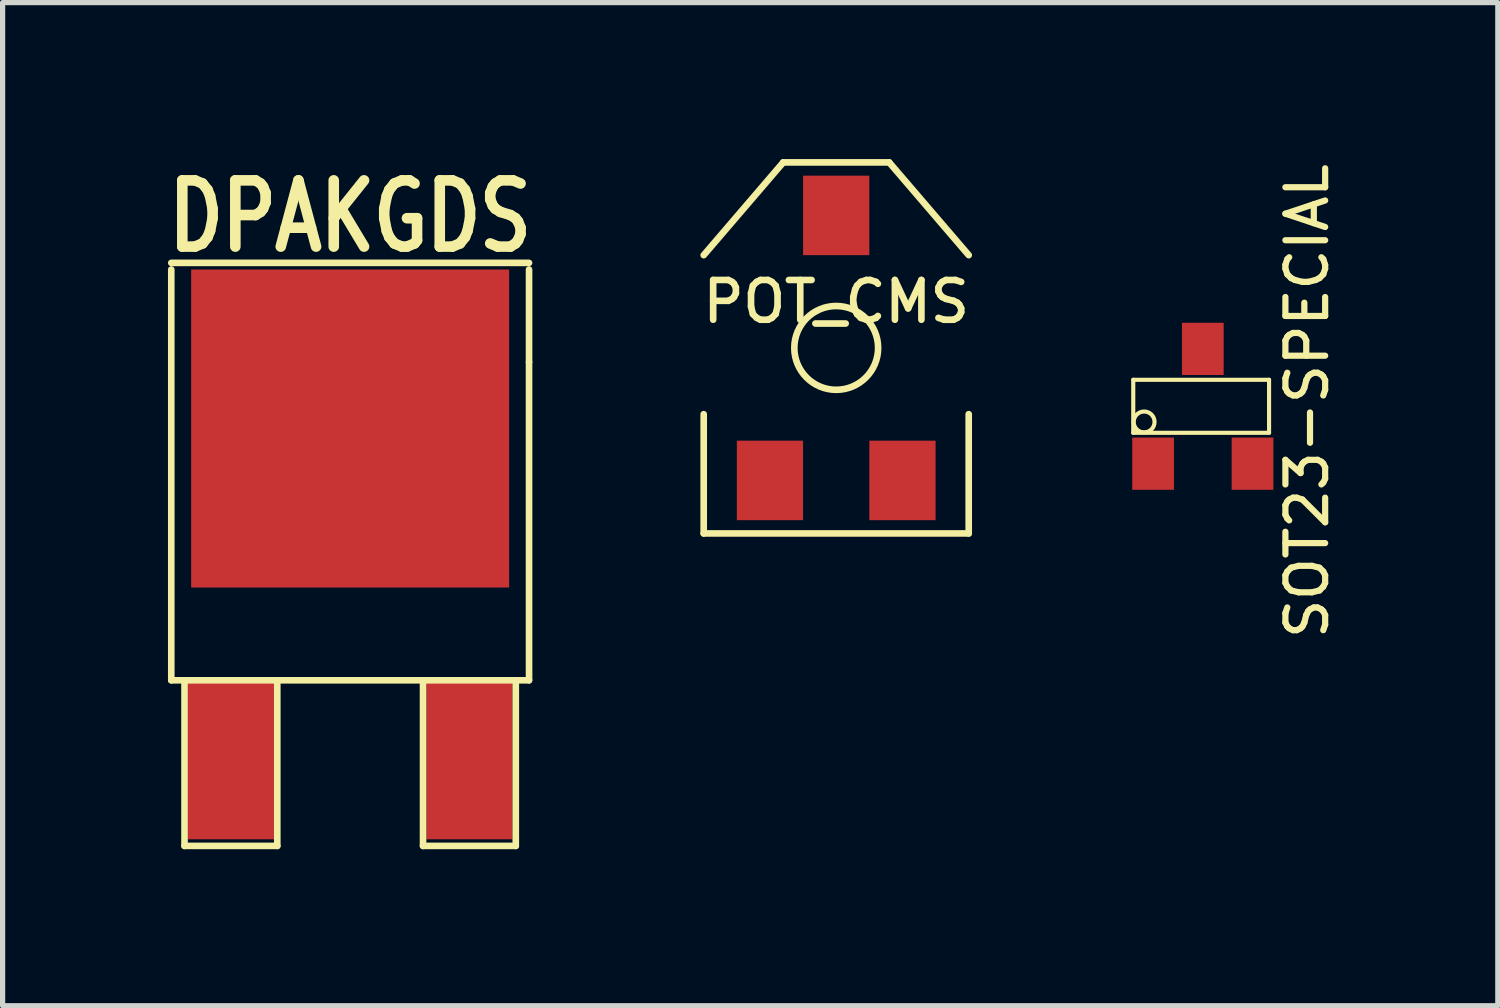
<source format=kicad_pcb>
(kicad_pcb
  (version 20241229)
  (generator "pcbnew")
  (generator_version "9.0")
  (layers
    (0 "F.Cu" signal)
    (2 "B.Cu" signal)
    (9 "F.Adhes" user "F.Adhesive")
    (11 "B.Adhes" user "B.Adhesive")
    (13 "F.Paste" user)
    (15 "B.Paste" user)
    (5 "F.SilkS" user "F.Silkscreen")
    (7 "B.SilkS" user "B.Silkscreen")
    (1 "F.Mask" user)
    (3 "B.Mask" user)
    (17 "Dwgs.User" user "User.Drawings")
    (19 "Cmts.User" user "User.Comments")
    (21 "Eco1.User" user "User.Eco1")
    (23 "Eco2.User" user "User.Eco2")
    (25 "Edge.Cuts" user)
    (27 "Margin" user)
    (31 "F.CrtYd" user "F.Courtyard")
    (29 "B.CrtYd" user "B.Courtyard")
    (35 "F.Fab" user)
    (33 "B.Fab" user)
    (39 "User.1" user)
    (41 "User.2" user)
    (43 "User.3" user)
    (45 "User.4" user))
  (footprint "SOT23-SPECIAL"
    (layer "F.Cu")
    (at 20.006 4.738)
    (property "Reference" "SOT23-SPECIAL" (at 1.999 -0.099 90) (layer "F.SilkS") (effects (font (size 0.762 0.762) (thickness 0.119))))
    (attr smd)
    (fp_line (start -1.333 -0.508) (end -1.333 0.508) (stroke (width 0.079) (type solid)) (layer "F.SilkS"))
    (fp_line (start -1.333 -0.508) (end 1.27 -0.508) (stroke (width 0.079) (type solid)) (layer "F.SilkS"))
    (fp_line (start 1.27 -0.508) (end 1.27 0.508) (stroke (width 0.079) (type solid)) (layer "F.SilkS"))
    (fp_line (start 1.27 0.508) (end -1.333 0.508) (stroke (width 0.079) (type solid)) (layer "F.SilkS"))
    (fp_circle (center -1.125 0.3) (end -1.125 0.5) (stroke (width 0.079) (type solid)) (fill no) (layer "F.SilkS"))
    (pad "1" smd rect (at -0.953 1.1) (size 0.8 1.001) (layers "F.Cu" "F.Mask" "F.Paste"))
    (pad "2" smd rect (at 0 -1.1) (size 0.8 1.001) (layers "F.Cu" "F.Mask" "F.Paste"))
    (pad "3" smd rect (at 0.953 1.1) (size 0.8 1.001) (layers "F.Cu" "F.Mask" "F.Paste")))
  (footprint "DPAKGDS"
    (layer "F.Cu")
    (at 3.662 11.514)
    (property "Reference" "DPAKGDS" (at 0 -10.414 0) (layer "F.SilkS") (effects (font (size 1.27 1.016) (thickness 0.203))))
    (attr smd)
    (fp_line (start -3.429 -9.525) (end 3.429 -9.525) (stroke (width 0.127) (type solid)) (layer "F.SilkS"))
    (fp_line (start -3.429 -1.524) (end -3.429 -9.398) (stroke (width 0.127) (type solid)) (layer "F.SilkS"))
    (fp_line (start -3.175 -1.524) (end -3.175 1.651) (stroke (width 0.127) (type solid)) (layer "F.SilkS"))
    (fp_line (start -3.175 1.651) (end -1.397 1.651) (stroke (width 0.127) (type solid)) (layer "F.SilkS"))
    (fp_line (start -1.397 1.651) (end -1.397 -1.524) (stroke (width 0.127) (type solid)) (layer "F.SilkS"))
    (fp_line (start 1.397 -1.524) (end 1.397 1.651) (stroke (width 0.127) (type solid)) (layer "F.SilkS"))
    (fp_line (start 1.397 1.651) (end 3.175 1.651) (stroke (width 0.127) (type solid)) (layer "F.SilkS"))
    (fp_line (start 3.175 1.651) (end 3.175 -1.524) (stroke (width 0.127) (type solid)) (layer "F.SilkS"))
    (fp_line (start 3.429 -9.398) (end 3.429 -7.62) (stroke (width 0.127) (type solid)) (layer "F.SilkS"))
    (fp_line (start 3.429 -7.62) (end 3.429 -1.524) (stroke (width 0.127) (type solid)) (layer "F.SilkS"))
    (fp_line (start 3.429 -1.524) (end -3.429 -1.524) (stroke (width 0.127) (type solid)) (layer "F.SilkS"))
    (pad "D" smd rect (at 0 -6.35) (size 6.096 6.096) (layers "F.Cu" "F.Mask" "F.Paste"))
    (pad "G" smd rect (at -2.286 0) (size 1.651 3.048) (layers "F.Cu" "F.Mask" "F.Paste"))
    (pad "S" smd rect (at 2.286 0) (size 1.651 3.048) (layers "F.Cu" "F.Mask" "F.Paste")))
  (footprint "POT_CMS"
    (layer "F.Cu")
    (at 12.979 3.619)
    (property "Reference" "POT_CMS" (at 0 -0.886 0) (layer "F.SilkS") (effects (font (size 0.762 0.762) (thickness 0.127))))
    (attr smd)
    (fp_line (start -2.54 -1.778) (end -1.016 -3.556) (stroke (width 0.127) (type solid)) (layer "F.SilkS"))
    (fp_line (start -2.54 1.27) (end -2.54 3.556) (stroke (width 0.127) (type solid)) (layer "F.SilkS"))
    (fp_line (start -2.54 3.556) (end 2.54 3.556) (stroke (width 0.127) (type solid)) (layer "F.SilkS"))
    (fp_line (start -1.016 -3.556) (end 1.016 -3.556) (stroke (width 0.127) (type solid)) (layer "F.SilkS"))
    (fp_line (start 1.016 -3.556) (end 2.54 -1.778) (stroke (width 0.127) (type solid)) (layer "F.SilkS"))
    (fp_line (start 2.54 3.556) (end 2.54 1.27) (stroke (width 0.127) (type solid)) (layer "F.SilkS"))
    (fp_circle (center 0 0) (end 0.254 -0.762) (stroke (width 0.127) (type solid)) (fill no) (layer "F.SilkS"))
    (pad "1" smd rect (at -1.27 2.54) (size 1.27 1.524) (layers "F.Cu" "F.Mask" "F.Paste"))
    (pad "2" smd rect (at 0 -2.54) (size 1.27 1.524) (layers "F.Cu" "F.Mask" "F.Paste"))
    (pad "3" smd rect (at 1.27 2.54) (size 1.27 1.524) (layers "F.Cu" "F.Mask" "F.Paste")))
  (gr_rect
    (start -3 -3)
    (end 25.661 16.228)
    (stroke (width 0.1) (type default))
    (fill no)
    (layer "Edge.Cuts")))
</source>
